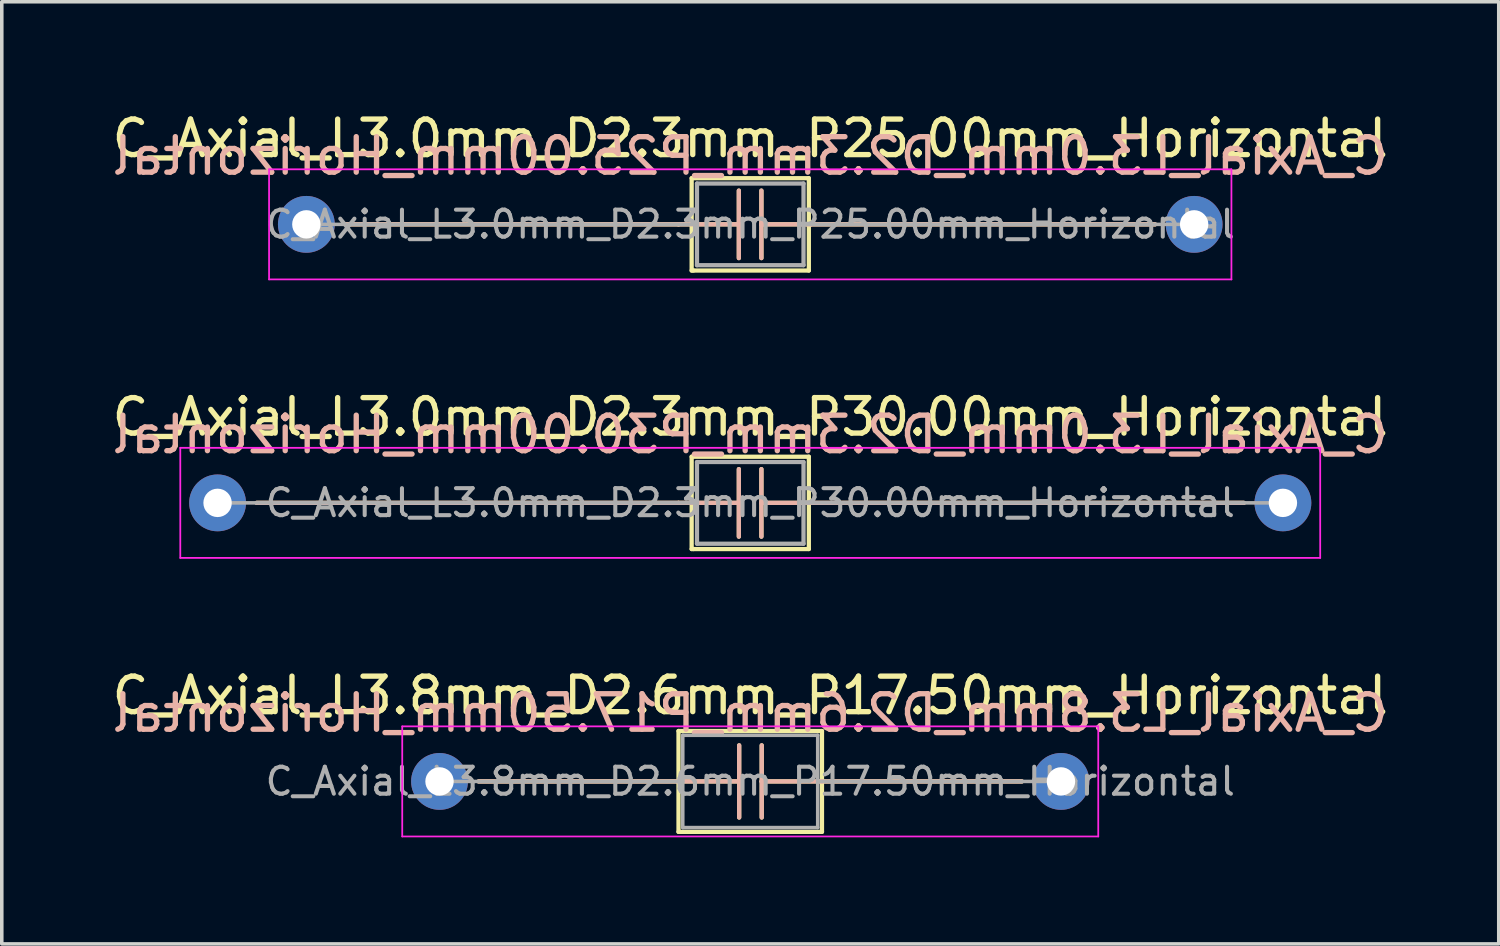
<source format=kicad_pcb>
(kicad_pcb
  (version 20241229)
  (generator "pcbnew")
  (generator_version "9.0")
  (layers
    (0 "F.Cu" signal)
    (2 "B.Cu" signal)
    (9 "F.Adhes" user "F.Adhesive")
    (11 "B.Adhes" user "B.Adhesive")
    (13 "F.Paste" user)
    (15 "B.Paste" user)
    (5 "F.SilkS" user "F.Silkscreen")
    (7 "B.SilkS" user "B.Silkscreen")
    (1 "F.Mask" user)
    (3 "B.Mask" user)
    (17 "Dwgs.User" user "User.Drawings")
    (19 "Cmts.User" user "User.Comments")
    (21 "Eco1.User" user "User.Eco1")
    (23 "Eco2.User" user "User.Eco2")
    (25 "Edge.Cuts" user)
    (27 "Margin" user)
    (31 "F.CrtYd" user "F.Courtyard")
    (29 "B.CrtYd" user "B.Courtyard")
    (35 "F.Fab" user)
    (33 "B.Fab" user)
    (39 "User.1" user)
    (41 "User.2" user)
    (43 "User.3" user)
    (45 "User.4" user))
  (footprint "C_Axial_L3.0mm_D2.3mm_P30.00mm_Horizontal"
    (layer "F.Cu")
    (at 3.077 11.111)
    (property "Reference" "C_Axial_L3.0mm_D2.3mm_P30.00mm_Horizontal" (at 15 -2.42 0) (layer "F.SilkS") (effects (font (size 1 1) (thickness 0.15))))
    (fp_line (start 1.1 0) (end 12.98 0) (stroke (width 0.12) (type solid)) (layer "F.SilkS"))
    (fp_line (start 12.98 0) (end 14.679 0) (stroke (width 0.12) (type solid)) (layer "F.SilkS"))
    (fp_line (start 13.35 -1.3) (end 16.65 -1.3) (stroke (width 0.12) (type solid)) (layer "F.SilkS"))
    (fp_line (start 13.35 1.3) (end 13.35 -1.3) (stroke (width 0.12) (type solid)) (layer "F.SilkS"))
    (fp_line (start 13.4 1.3) (end 13.35 1.3) (stroke (width 0.12) (type solid)) (layer "F.SilkS"))
    (fp_line (start 14.679 0) (end 14.679 -0.95) (stroke (width 0.12) (type solid)) (layer "F.SilkS"))
    (fp_line (start 14.679 0) (end 14.679 0.95) (stroke (width 0.12) (type solid)) (layer "F.SilkS"))
    (fp_line (start 15.314 0) (end 15.314 -0.95) (stroke (width 0.12) (type solid)) (layer "F.SilkS"))
    (fp_line (start 15.314 0) (end 15.314 0.95) (stroke (width 0.12) (type solid)) (layer "F.SilkS"))
    (fp_line (start 16.65 -1.3) (end 16.65 0) (stroke (width 0.12) (type solid)) (layer "F.SilkS"))
    (fp_line (start 16.65 0) (end 16.65 1.3) (stroke (width 0.12) (type solid)) (layer "F.SilkS"))
    (fp_line (start 16.65 1.3) (end 13.4 1.3) (stroke (width 0.12) (type solid)) (layer "F.SilkS"))
    (fp_line (start 16.711 0) (end 15.314 0) (stroke (width 0.12) (type solid)) (layer "F.SilkS"))
    (fp_line (start 28.9 0) (end 16.711 0) (stroke (width 0.12) (type solid)) (layer "F.SilkS"))
    (fp_line (start 1.1 0) (end 12.98 0) (stroke (width 0.12) (type solid)) (layer "B.SilkS"))
    (fp_line (start 12.98 0) (end 14.679 0) (stroke (width 0.12) (type solid)) (layer "B.SilkS"))
    (fp_line (start 14.679 0) (end 14.679 -0.95) (stroke (width 0.12) (type solid)) (layer "B.SilkS"))
    (fp_line (start 14.679 0) (end 14.679 0.95) (stroke (width 0.12) (type solid)) (layer "B.SilkS"))
    (fp_line (start 15.314 0) (end 15.314 -0.95) (stroke (width 0.12) (type solid)) (layer "B.SilkS"))
    (fp_line (start 15.314 0) (end 15.314 0.95) (stroke (width 0.12) (type solid)) (layer "B.SilkS"))
    (fp_line (start 16.711 0) (end 15.314 0) (stroke (width 0.12) (type solid)) (layer "B.SilkS"))
    (fp_line (start 28.9 0) (end 16.711 0) (stroke (width 0.12) (type solid)) (layer "B.SilkS"))
    (fp_line (start -1.05 -1.55) (end -1.05 1.55) (stroke (width 0.05) (type solid)) (layer "F.CrtYd"))
    (fp_line (start -1.05 1.55) (end 31.05 1.55) (stroke (width 0.05) (type solid)) (layer "F.CrtYd"))
    (fp_line (start 31.05 -1.55) (end -1.05 -1.55) (stroke (width 0.05) (type solid)) (layer "F.CrtYd"))
    (fp_line (start 31.05 1.55) (end 31.05 -1.55) (stroke (width 0.05) (type solid)) (layer "F.CrtYd"))
    (fp_line (start 0 0) (end 13.5 0) (stroke (width 0.1) (type solid)) (layer "F.Fab"))
    (fp_line (start 13.5 -1.15) (end 16.5 -1.15) (stroke (width 0.12) (type solid)) (layer "F.Fab"))
    (fp_line (start 13.5 0) (end 13.5 -1.15) (stroke (width 0.12) (type solid)) (layer "F.Fab"))
    (fp_line (start 13.5 1.15) (end 13.5 0) (stroke (width 0.12) (type solid)) (layer "F.Fab"))
    (fp_line (start 16.5 -1.15) (end 16.5 0) (stroke (width 0.12) (type solid)) (layer "F.Fab"))
    (fp_line (start 16.5 0) (end 16.5 1.15) (stroke (width 0.12) (type solid)) (layer "F.Fab"))
    (fp_line (start 16.5 1.15) (end 13.5 1.15) (stroke (width 0.12) (type solid)) (layer "F.Fab"))
    (fp_line (start 30 0) (end 16.5 0) (stroke (width 0.1) (type solid)) (layer "F.Fab"))
    (fp_text user "${REFERENCE}" (at 15 -1.925 0) (layer "B.SilkS") (effects (font (size 1 1) (thickness 0.15)) (justify mirror)))
    (fp_text user "${REFERENCE}" (at 15 0 0) (layer "F.Fab") (effects (font (size 0.76 0.76) (thickness 0.114))))
    (pad "1" thru_hole circle (at 0 0) (size 1.6 1.6) (drill 0.8) (layers "*.Cu" "*.Mask"))
    (pad "2" thru_hole oval (at 30 0) (size 1.6 1.6) (drill 0.8) (layers "*.Cu" "*.Mask")))
  (footprint "C_Axial_L3.8mm_D2.6mm_P17.50mm_Horizontal"
    (layer "F.Cu")
    (at 9.327 18.955)
    (property "Reference" "C_Axial_L3.8mm_D2.6mm_P17.50mm_Horizontal" (at 8.75 -2.42 0) (layer "F.SilkS") (effects (font (size 1 1) (thickness 0.15))))
    (fp_line (start 1.1 0) (end 6.73 0) (stroke (width 0.12) (type solid)) (layer "F.SilkS"))
    (fp_line (start 6.73 -1.42) (end 6.73 1.42) (stroke (width 0.12) (type solid)) (layer "F.SilkS"))
    (fp_line (start 6.73 1.42) (end 10.77 1.42) (stroke (width 0.12) (type solid)) (layer "F.SilkS"))
    (fp_line (start 6.731 0) (end 8.438 0) (stroke (width 0.12) (type solid)) (layer "F.SilkS"))
    (fp_line (start 8.438 0) (end 8.438 -1.016) (stroke (width 0.12) (type solid)) (layer "F.SilkS"))
    (fp_line (start 8.438 0) (end 8.438 1.016) (stroke (width 0.12) (type solid)) (layer "F.SilkS"))
    (fp_line (start 9.073 0) (end 9.073 -1.016) (stroke (width 0.12) (type solid)) (layer "F.SilkS"))
    (fp_line (start 9.073 0) (end 9.073 1.016) (stroke (width 0.12) (type solid)) (layer "F.SilkS"))
    (fp_line (start 10.77 -1.42) (end 6.73 -1.42) (stroke (width 0.12) (type solid)) (layer "F.SilkS"))
    (fp_line (start 10.77 0) (end 9.073 0) (stroke (width 0.12) (type solid)) (layer "F.SilkS"))
    (fp_line (start 10.77 1.42) (end 10.77 -1.42) (stroke (width 0.12) (type solid)) (layer "F.SilkS"))
    (fp_line (start 16.4 0) (end 10.77 0) (stroke (width 0.12) (type solid)) (layer "F.SilkS"))
    (fp_line (start 1.1 0) (end 6.73 0) (stroke (width 0.12) (type solid)) (layer "B.SilkS"))
    (fp_line (start 6.731 0) (end 8.438 0) (stroke (width 0.12) (type solid)) (layer "B.SilkS"))
    (fp_line (start 8.438 0) (end 8.438 -1.016) (stroke (width 0.12) (type solid)) (layer "B.SilkS"))
    (fp_line (start 8.438 0) (end 8.438 1.016) (stroke (width 0.12) (type solid)) (layer "B.SilkS"))
    (fp_line (start 9.073 0) (end 9.073 -1.016) (stroke (width 0.12) (type solid)) (layer "B.SilkS"))
    (fp_line (start 9.073 0) (end 9.073 1.016) (stroke (width 0.12) (type solid)) (layer "B.SilkS"))
    (fp_line (start 10.77 0) (end 9.073 0) (stroke (width 0.12) (type solid)) (layer "B.SilkS"))
    (fp_line (start 16.4 0) (end 10.77 0) (stroke (width 0.12) (type solid)) (layer "B.SilkS"))
    (fp_line (start -1.05 -1.55) (end -1.05 1.55) (stroke (width 0.05) (type solid)) (layer "F.CrtYd"))
    (fp_line (start -1.05 1.55) (end 18.55 1.55) (stroke (width 0.05) (type solid)) (layer "F.CrtYd"))
    (fp_line (start 18.55 -1.55) (end -1.05 -1.55) (stroke (width 0.05) (type solid)) (layer "F.CrtYd"))
    (fp_line (start 18.55 1.55) (end 18.55 -1.55) (stroke (width 0.05) (type solid)) (layer "F.CrtYd"))
    (fp_line (start 0 0) (end 6.85 0) (stroke (width 0.1) (type solid)) (layer "F.Fab"))
    (fp_line (start 6.85 -1.3) (end 6.85 1.3) (stroke (width 0.1) (type solid)) (layer "F.Fab"))
    (fp_line (start 6.85 1.3) (end 10.65 1.3) (stroke (width 0.1) (type solid)) (layer "F.Fab"))
    (fp_line (start 10.65 -1.3) (end 6.85 -1.3) (stroke (width 0.1) (type solid)) (layer "F.Fab"))
    (fp_line (start 10.65 1.3) (end 10.65 -1.3) (stroke (width 0.1) (type solid)) (layer "F.Fab"))
    (fp_line (start 17.5 0) (end 10.65 0) (stroke (width 0.1) (type solid)) (layer "F.Fab"))
    (fp_text user "${REFERENCE}" (at 8.75 -1.925 0) (layer "B.SilkS") (effects (font (size 1 1) (thickness 0.15)) (justify mirror)))
    (fp_text user "${REFERENCE}" (at 8.75 0 0) (layer "F.Fab") (effects (font (size 0.76 0.76) (thickness 0.114))))
    (pad "1" thru_hole circle (at 0 0) (size 1.6 1.6) (drill 0.8) (layers "*.Cu" "*.Mask"))
    (pad "2" thru_hole oval (at 17.5 0) (size 1.6 1.6) (drill 0.8) (layers "*.Cu" "*.Mask")))
  (footprint "C_Axial_L3.0mm_D2.3mm_P25.00mm_Horizontal"
    (layer "F.Cu")
    (at 5.577 3.268)
    (property "Reference" "C_Axial_L3.0mm_D2.3mm_P25.00mm_Horizontal" (at 12.5 -2.42 0) (layer "F.SilkS") (effects (font (size 1 1) (thickness 0.15))))
    (fp_line (start 1.1 0) (end 10.48 0) (stroke (width 0.12) (type solid)) (layer "F.SilkS"))
    (fp_line (start 10.48 0) (end 12.179 0) (stroke (width 0.12) (type solid)) (layer "F.SilkS"))
    (fp_line (start 10.85 -1.3) (end 14.15 -1.3) (stroke (width 0.12) (type solid)) (layer "F.SilkS"))
    (fp_line (start 10.85 1.3) (end 10.85 -1.3) (stroke (width 0.12) (type solid)) (layer "F.SilkS"))
    (fp_line (start 10.9 1.3) (end 10.85 1.3) (stroke (width 0.12) (type solid)) (layer "F.SilkS"))
    (fp_line (start 12.179 0) (end 12.179 -0.95) (stroke (width 0.12) (type solid)) (layer "F.SilkS"))
    (fp_line (start 12.179 0) (end 12.179 0.95) (stroke (width 0.12) (type solid)) (layer "F.SilkS"))
    (fp_line (start 12.814 0) (end 12.814 -0.95) (stroke (width 0.12) (type solid)) (layer "F.SilkS"))
    (fp_line (start 12.814 0) (end 12.814 0.95) (stroke (width 0.12) (type solid)) (layer "F.SilkS"))
    (fp_line (start 14.15 -1.3) (end 14.15 0) (stroke (width 0.12) (type solid)) (layer "F.SilkS"))
    (fp_line (start 14.15 0) (end 14.15 1.3) (stroke (width 0.12) (type solid)) (layer "F.SilkS"))
    (fp_line (start 14.15 1.3) (end 10.9 1.3) (stroke (width 0.12) (type solid)) (layer "F.SilkS"))
    (fp_line (start 14.211 0) (end 12.814 0) (stroke (width 0.12) (type solid)) (layer "F.SilkS"))
    (fp_line (start 23.9 0) (end 14.211 0) (stroke (width 0.12) (type solid)) (layer "F.SilkS"))
    (fp_line (start 1.1 0) (end 10.48 0) (stroke (width 0.12) (type solid)) (layer "B.SilkS"))
    (fp_line (start 10.48 0) (end 12.179 0) (stroke (width 0.12) (type solid)) (layer "B.SilkS"))
    (fp_line (start 12.179 0) (end 12.179 -0.95) (stroke (width 0.12) (type solid)) (layer "B.SilkS"))
    (fp_line (start 12.179 0) (end 12.179 0.95) (stroke (width 0.12) (type solid)) (layer "B.SilkS"))
    (fp_line (start 12.814 0) (end 12.814 -0.95) (stroke (width 0.12) (type solid)) (layer "B.SilkS"))
    (fp_line (start 12.814 0) (end 12.814 0.95) (stroke (width 0.12) (type solid)) (layer "B.SilkS"))
    (fp_line (start 14.211 0) (end 12.814 0) (stroke (width 0.12) (type solid)) (layer "B.SilkS"))
    (fp_line (start 23.9 0) (end 14.211 0) (stroke (width 0.12) (type solid)) (layer "B.SilkS"))
    (fp_line (start -1.05 -1.55) (end -1.05 1.55) (stroke (width 0.05) (type solid)) (layer "F.CrtYd"))
    (fp_line (start -1.05 1.55) (end 26.05 1.55) (stroke (width 0.05) (type solid)) (layer "F.CrtYd"))
    (fp_line (start 26.05 -1.55) (end -1.05 -1.55) (stroke (width 0.05) (type solid)) (layer "F.CrtYd"))
    (fp_line (start 26.05 1.55) (end 26.05 -1.55) (stroke (width 0.05) (type solid)) (layer "F.CrtYd"))
    (fp_line (start 0 0) (end 11 0) (stroke (width 0.1) (type solid)) (layer "F.Fab"))
    (fp_line (start 11 -1.15) (end 14 -1.15) (stroke (width 0.12) (type solid)) (layer "F.Fab"))
    (fp_line (start 11 0) (end 11 -1.15) (stroke (width 0.12) (type solid)) (layer "F.Fab"))
    (fp_line (start 11 1.15) (end 11 0) (stroke (width 0.12) (type solid)) (layer "F.Fab"))
    (fp_line (start 14 -1.15) (end 14 0) (stroke (width 0.12) (type solid)) (layer "F.Fab"))
    (fp_line (start 14 0) (end 14 1.15) (stroke (width 0.12) (type solid)) (layer "F.Fab"))
    (fp_line (start 14 1.15) (end 11 1.15) (stroke (width 0.12) (type solid)) (layer "F.Fab"))
    (fp_line (start 25 0) (end 14 0) (stroke (width 0.1) (type solid)) (layer "F.Fab"))
    (fp_text user "${REFERENCE}" (at 12.5 -1.925 0) (layer "B.SilkS") (effects (font (size 1 1) (thickness 0.15)) (justify mirror)))
    (fp_text user "${REFERENCE}" (at 12.5 0 0) (layer "F.Fab") (effects (font (size 0.76 0.76) (thickness 0.114))))
    (pad "1" thru_hole circle (at 0 0) (size 1.6 1.6) (drill 0.8) (layers "*.Cu" "*.Mask"))
    (pad "2" thru_hole oval (at 25 0) (size 1.6 1.6) (drill 0.8) (layers "*.Cu" "*.Mask")))
  (gr_rect
    (start -3 -3)
    (end 39.155 23.53)
    (stroke (width 0.1) (type default))
    (fill no)
    (layer "Edge.Cuts")))
</source>
